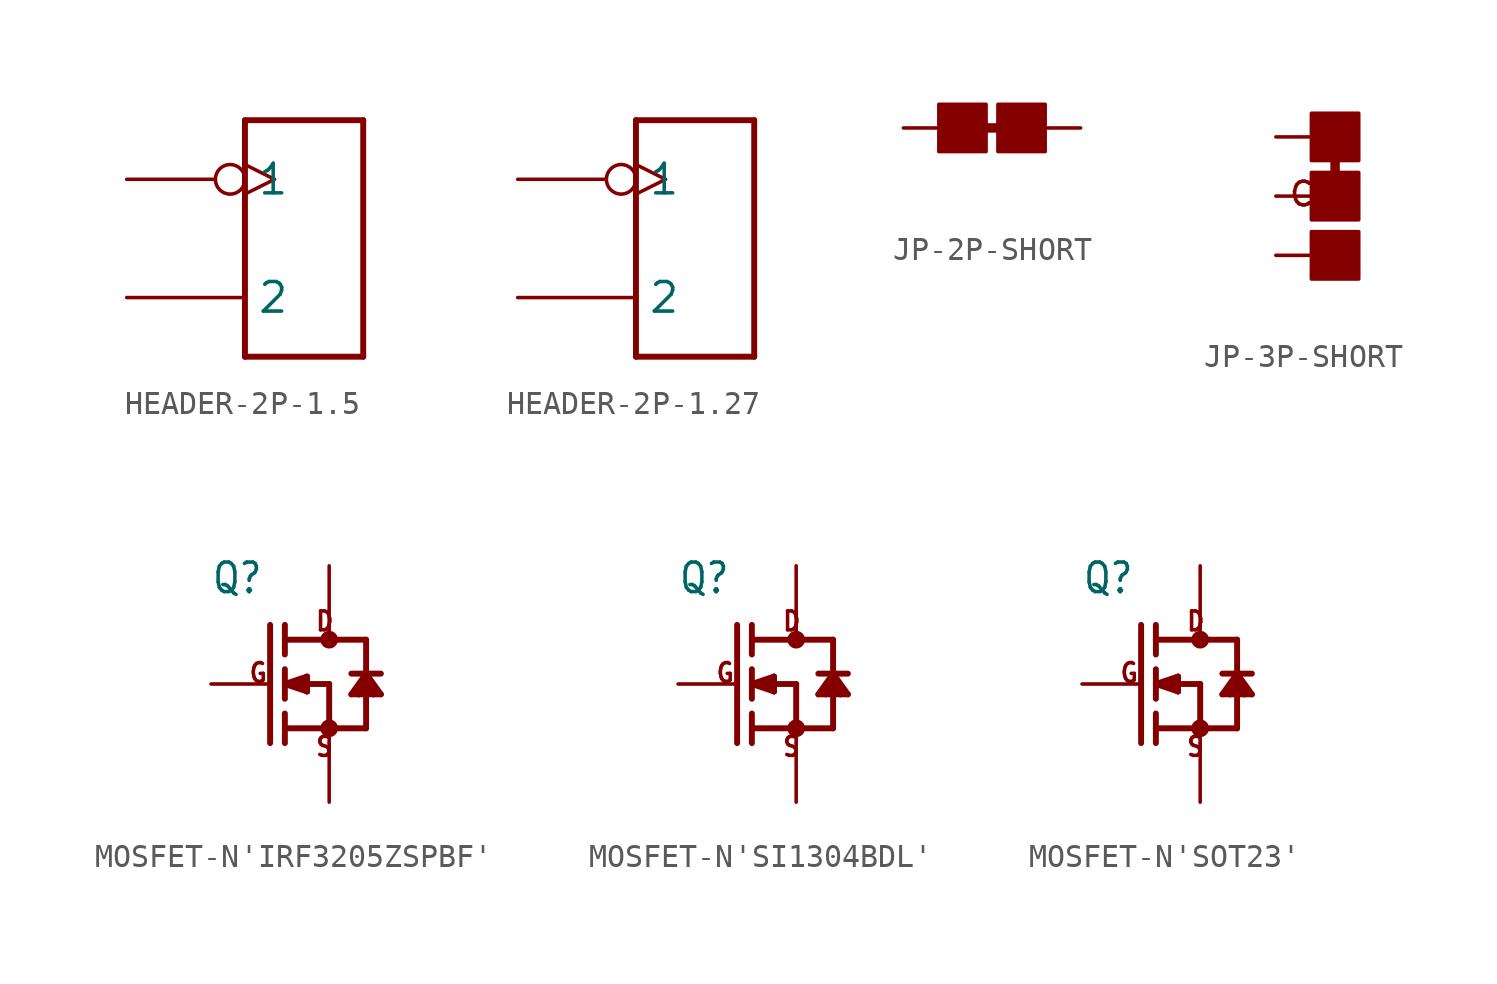
<source format=kicad_sym>
(kicad_symbol_lib
  (version 20220914)
  (generator kicad_symbol_editor)
  (symbol "HEADER-2P-1.5"
    (property "Reference" "J"
      (at -6.35 6.35 0)
      (effects (font (size 1.27 1.079)) (justify left bottom) hide))
    (property "ki_locked" ""
      (at 0 0 0)
      (effects (font (size 1.27 1.27))))
    (symbol "HEADER-2P-1.5_1_0"
      (polyline (pts (xy -2.54 -5.08) (xy -2.54 5.08)) (stroke (width 0.254) (type solid)) (fill (type none)))
      (polyline (pts (xy -2.54 5.08) (xy 2.54 5.08)) (stroke (width 0.254) (type solid)) (fill (type none)))
      (polyline (pts (xy 2.54 -5.08) (xy -2.54 -5.08)) (stroke (width 0.254) (type solid)) (fill (type none)))
      (polyline (pts (xy 2.54 5.08) (xy 2.54 -5.08)) (stroke (width 0.254) (type solid)) (fill (type none)))
      (pin bidirectional inverted_clock (at -7.62 2.54 0) (length 5.08) (name "1" (effects (font (size 1.27 1.27)))) (number "1" (effects (font (size 0 0)))))
      (pin bidirectional line (at -7.62 -2.54 0) (length 5.08) (name "2" (effects (font (size 1.27 1.27)))) (number "2" (effects (font (size 0 0)))))))
  (symbol "HEADER-2P-1.27"
    (property "Reference" "J"
      (at -6.35 6.35 0)
      (effects (font (size 1.27 1.079)) (justify left bottom) hide))
    (property "ki_locked" ""
      (at 0 0 0)
      (effects (font (size 1.27 1.27))))
    (symbol "HEADER-2P-1.27_1_0"
      (polyline (pts (xy -2.54 -5.08) (xy -2.54 5.08)) (stroke (width 0.254) (type solid)) (fill (type none)))
      (polyline (pts (xy -2.54 5.08) (xy 2.54 5.08)) (stroke (width 0.254) (type solid)) (fill (type none)))
      (polyline (pts (xy 2.54 -5.08) (xy -2.54 -5.08)) (stroke (width 0.254) (type solid)) (fill (type none)))
      (polyline (pts (xy 2.54 5.08) (xy 2.54 -5.08)) (stroke (width 0.254) (type solid)) (fill (type none)))
      (pin bidirectional inverted_clock (at -7.62 2.54 0) (length 5.08) (name "1" (effects (font (size 1.27 1.27)))) (number "1" (effects (font (size 0 0)))))
      (pin bidirectional line (at -7.62 -2.54 0) (length 5.08) (name "2" (effects (font (size 1.27 1.27)))) (number "2" (effects (font (size 0 0)))))))
  (symbol "JP-2P-SHORT"
    (property "Reference" "JP"
      (at -2.54 2.54 0)
      (effects (font (size 1.27 1.079)) (justify left bottom) hide))
    (property "Value" ""
      (at -2.54 -3.81 0)
      (effects (font (size 1.27 1.079)) (justify left bottom)))
    (property "ki_locked" ""
      (at 0 0 0)
      (effects (font (size 1.27 1.27))))
    (symbol "JP-2P-SHORT_1_0"
      (rectangle (start -2.286 -1.016) (end -0.254 1.016) (stroke (width 0) (type default)) (fill (type outline)))
      (polyline (pts (xy -1.27 0) (xy 1.27 0)) (stroke (width 0.406) (type solid)) (fill (type none)))
      (rectangle (start 2.286 1.016) (end 0.254 -1.016) (stroke (width 0) (type default)) (fill (type outline)))
      (pin bidirectional line (at -3.81 0 0) (length 2.54) (name "1" (effects (font (size 0 0)))) (number "1" (effects (font (size 0 0)))))
      (pin bidirectional line (at 3.81 0 180) (length 2.54) (name "2" (effects (font (size 0 0)))) (number "2" (effects (font (size 0 0)))))))
  (symbol "JP-3P-SHORT"
    (property "Reference" "JP"
      (at -3.81 3.81 0)
      (effects (font (size 1.27 1.079)) (justify left bottom) hide))
    (property "Value" ""
      (at -3.81 -5.08 0)
      (effects (font (size 1.27 1.079)) (justify left bottom)))
    (property "ki_locked" ""
      (at 0 0 0)
      (effects (font (size 1.27 1.27))))
    (symbol "JP-3P-SHORT_1_0"
      (rectangle (start -1.016 -3.556) (end 1.016 -1.524) (stroke (width 0) (type default)) (fill (type outline)))
      (rectangle (start -1.016 -1.016) (end 1.016 1.016) (stroke (width 0) (type default)) (fill (type outline)))
      (rectangle (start -1.016 1.524) (end 1.016 3.556) (stroke (width 0) (type default)) (fill (type outline)))
      (polyline (pts (xy 0 0) (xy 0 2.54)) (stroke (width 0.406) (type solid)) (fill (type none)))
      (text "C" (at -2.032 -0.508 0) (effects (font (size 1.016 1.016)) (justify left bottom)))
      (pin bidirectional line (at -2.54 -2.54 0) (length 2.54) (name "R" (effects (font (size 0 0)))) (number "00" (effects (font (size 0 0)))))
      (pin bidirectional line (at -2.54 2.54 0) (length 2.54) (name "L" (effects (font (size 0 0)))) (number "11" (effects (font (size 0 0)))))
      (pin bidirectional line (at -2.54 0 0) (length 2.54) (name "C" (effects (font (size 0 0)))) (number "MM" (effects (font (size 0 0)))))))
  (symbol "MOSFET-N'IRF3205ZSPBF'"
    (property "Reference" "Q"
      (at -5.08 3.81 0)
      (effects (font (size 1.27 1.079)) (justify left bottom)))
    (property "Value" ""
      (at -5.08 -5.08 0)
      (effects (font (size 1.27 1.079)) (justify left bottom)))
    (property "ki_locked" ""
      (at 0 0 0)
      (effects (font (size 1.27 1.27))))
    (symbol "MOSFET-N'IRF3205ZSPBF'_1_0"
      (circle (center 0 -1.905) (radius 0.254) (stroke (width 0.254) (type solid)) (fill (type none)))
      (polyline (pts (xy -2.54 2.54) (xy -2.54 -2.54)) (stroke (width 0.254) (type solid)) (fill (type none)))
      (polyline (pts (xy -1.905 -2.54) (xy -1.905 -1.905)) (stroke (width 0.254) (type solid)) (fill (type none)))
      (polyline (pts (xy -1.905 -1.905) (xy -1.905 -1.27)) (stroke (width 0.254) (type solid)) (fill (type none)))
      (polyline (pts (xy -1.905 -1.905) (xy 0 -1.905)) (stroke (width 0.254) (type solid)) (fill (type none)))
      (polyline (pts (xy -1.905 0) (xy -1.905 -0.635)) (stroke (width 0.254) (type solid)) (fill (type none)))
      (polyline (pts (xy -1.905 0) (xy -0.953 -0.318)) (stroke (width 0.254) (type solid)) (fill (type none)))
      (polyline (pts (xy -1.905 0) (xy -0.953 0.318)) (stroke (width 0.254) (type solid)) (fill (type none)))
      (polyline (pts (xy -1.905 0.635) (xy -1.905 0)) (stroke (width 0.254) (type solid)) (fill (type none)))
      (polyline (pts (xy -1.905 1.905) (xy -1.905 1.27)) (stroke (width 0.254) (type solid)) (fill (type none)))
      (polyline (pts (xy -1.905 1.905) (xy 0 1.905)) (stroke (width 0.254) (type solid)) (fill (type none)))
      (polyline (pts (xy -1.905 2.54) (xy -1.905 1.905)) (stroke (width 0.254) (type solid)) (fill (type none)))
      (polyline (pts (xy -1.587 0) (xy -0.953 -0.318)) (stroke (width 0.254) (type solid)) (fill (type none)))
      (polyline (pts (xy -0.953 -0.318) (xy -1.397 0.127)) (stroke (width 0.254) (type solid)) (fill (type none)))
      (polyline (pts (xy -0.953 -0.318) (xy -0.953 0.318)) (stroke (width 0.254) (type solid)) (fill (type none)))
      (polyline (pts (xy -0.953 0.318) (xy -1.587 0)) (stroke (width 0.254) (type solid)) (fill (type none)))
      (polyline (pts (xy 0 -1.905) (xy 0 -2.54)) (stroke (width 0.152) (type solid)) (fill (type none)))
      (polyline (pts (xy 0 0) (xy -1.587 0)) (stroke (width 0.254) (type solid)) (fill (type none)))
      (polyline (pts (xy 0 0) (xy 0 -1.905)) (stroke (width 0.254) (type solid)) (fill (type none)))
      (polyline (pts (xy 0 1.905) (xy 1.587 1.905)) (stroke (width 0.254) (type solid)) (fill (type none)))
      (polyline (pts (xy 0 2.54) (xy 0 1.905)) (stroke (width 0.152) (type solid)) (fill (type none)))
      (polyline (pts (xy 0.953 -0.445) (xy 1.587 0.445)) (stroke (width 0.254) (type solid)) (fill (type none)))
      (polyline (pts (xy 1.27 -0.445) (xy 0.953 -0.445)) (stroke (width 0.254) (type solid)) (fill (type none)))
      (polyline (pts (xy 1.587 -1.905) (xy 0 -1.905)) (stroke (width 0.254) (type solid)) (fill (type none)))
      (polyline (pts (xy 1.587 -1.905) (xy 1.587 0)) (stroke (width 0.254) (type solid)) (fill (type none)))
      (polyline (pts (xy 1.587 0) (xy 1.27 -0.445)) (stroke (width 0.254) (type solid)) (fill (type none)))
      (polyline (pts (xy 1.587 0) (xy 1.27 -0.318)) (stroke (width 0.254) (type solid)) (fill (type none)))
      (polyline (pts (xy 1.587 0) (xy 1.587 0.445)) (stroke (width 0.254) (type solid)) (fill (type none)))
      (polyline (pts (xy 1.587 0.445) (xy 0.953 0.445)) (stroke (width 0.254) (type solid)) (fill (type none)))
      (polyline (pts (xy 1.587 0.445) (xy 1.587 1.905)) (stroke (width 0.254) (type solid)) (fill (type none)))
      (polyline (pts (xy 1.587 0.445) (xy 2.223 -0.445)) (stroke (width 0.254) (type solid)) (fill (type none)))
      (polyline (pts (xy 1.905 -0.445) (xy 1.27 -0.445)) (stroke (width 0.254) (type solid)) (fill (type none)))
      (polyline (pts (xy 1.905 -0.445) (xy 1.587 0)) (stroke (width 0.254) (type solid)) (fill (type none)))
      (polyline (pts (xy 1.905 -0.318) (xy 1.587 0)) (stroke (width 0.254) (type solid)) (fill (type none)))
      (polyline (pts (xy 2.223 -0.445) (xy 1.905 -0.445)) (stroke (width 0.254) (type solid)) (fill (type none)))
      (polyline (pts (xy 2.223 0.445) (xy 1.587 0.445)) (stroke (width 0.254) (type solid)) (fill (type none)))
      (circle (center 0 1.905) (radius 0.254) (stroke (width 0.254) (type solid)) (fill (type none)))
      (text "D" (at -0.635 2.223 0) (effects (font (size 0.813 0.691)) (justify left bottom)))
      (text "G" (at -3.493 0 0) (effects (font (size 0.813 0.691)) (justify left bottom)))
      (text "S" (at -0.635 -3.175 0) (effects (font (size 0.813 0.691)) (justify left bottom)))
      (pin passive line (at -5.08 0 0) (length 2.54) (name "G" (effects (font (size 0 0)))) (number "1" (effects (font (size 0 0)))))
      (pin passive line (at 0 5.08 270) (length 2.54) (name "D" (effects (font (size 0 0)))) (number "2" (effects (font (size 0 0)))))
      (pin passive line (at 0 -5.08 90) (length 2.54) (name "S" (effects (font (size 0 0)))) (number "3" (effects (font (size 0 0)))))))
  (symbol "MOSFET-N'SI1304BDL'"
    (property "Reference" "Q"
      (at -5.08 3.81 0)
      (effects (font (size 1.27 1.079)) (justify left bottom)))
    (property "Value" ""
      (at -5.08 -5.08 0)
      (effects (font (size 1.27 1.079)) (justify left bottom)))
    (property "ki_locked" ""
      (at 0 0 0)
      (effects (font (size 1.27 1.27))))
    (symbol "MOSFET-N'SI1304BDL'_1_0"
      (circle (center 0 -1.905) (radius 0.254) (stroke (width 0.254) (type solid)) (fill (type none)))
      (polyline (pts (xy -2.54 2.54) (xy -2.54 -2.54)) (stroke (width 0.254) (type solid)) (fill (type none)))
      (polyline (pts (xy -1.905 -2.54) (xy -1.905 -1.905)) (stroke (width 0.254) (type solid)) (fill (type none)))
      (polyline (pts (xy -1.905 -1.905) (xy -1.905 -1.27)) (stroke (width 0.254) (type solid)) (fill (type none)))
      (polyline (pts (xy -1.905 -1.905) (xy 0 -1.905)) (stroke (width 0.254) (type solid)) (fill (type none)))
      (polyline (pts (xy -1.905 0) (xy -1.905 -0.635)) (stroke (width 0.254) (type solid)) (fill (type none)))
      (polyline (pts (xy -1.905 0) (xy -0.953 -0.318)) (stroke (width 0.254) (type solid)) (fill (type none)))
      (polyline (pts (xy -1.905 0) (xy -0.953 0.318)) (stroke (width 0.254) (type solid)) (fill (type none)))
      (polyline (pts (xy -1.905 0.635) (xy -1.905 0)) (stroke (width 0.254) (type solid)) (fill (type none)))
      (polyline (pts (xy -1.905 1.905) (xy -1.905 1.27)) (stroke (width 0.254) (type solid)) (fill (type none)))
      (polyline (pts (xy -1.905 1.905) (xy 0 1.905)) (stroke (width 0.254) (type solid)) (fill (type none)))
      (polyline (pts (xy -1.905 2.54) (xy -1.905 1.905)) (stroke (width 0.254) (type solid)) (fill (type none)))
      (polyline (pts (xy -1.587 0) (xy -0.953 -0.318)) (stroke (width 0.254) (type solid)) (fill (type none)))
      (polyline (pts (xy -0.953 -0.318) (xy -1.397 0.127)) (stroke (width 0.254) (type solid)) (fill (type none)))
      (polyline (pts (xy -0.953 -0.318) (xy -0.953 0.318)) (stroke (width 0.254) (type solid)) (fill (type none)))
      (polyline (pts (xy -0.953 0.318) (xy -1.587 0)) (stroke (width 0.254) (type solid)) (fill (type none)))
      (polyline (pts (xy 0 -1.905) (xy 0 -2.54)) (stroke (width 0.152) (type solid)) (fill (type none)))
      (polyline (pts (xy 0 0) (xy -1.587 0)) (stroke (width 0.254) (type solid)) (fill (type none)))
      (polyline (pts (xy 0 0) (xy 0 -1.905)) (stroke (width 0.254) (type solid)) (fill (type none)))
      (polyline (pts (xy 0 1.905) (xy 1.587 1.905)) (stroke (width 0.254) (type solid)) (fill (type none)))
      (polyline (pts (xy 0 2.54) (xy 0 1.905)) (stroke (width 0.152) (type solid)) (fill (type none)))
      (polyline (pts (xy 0.953 -0.445) (xy 1.587 0.445)) (stroke (width 0.254) (type solid)) (fill (type none)))
      (polyline (pts (xy 1.27 -0.445) (xy 0.953 -0.445)) (stroke (width 0.254) (type solid)) (fill (type none)))
      (polyline (pts (xy 1.587 -1.905) (xy 0 -1.905)) (stroke (width 0.254) (type solid)) (fill (type none)))
      (polyline (pts (xy 1.587 -1.905) (xy 1.587 0)) (stroke (width 0.254) (type solid)) (fill (type none)))
      (polyline (pts (xy 1.587 0) (xy 1.27 -0.445)) (stroke (width 0.254) (type solid)) (fill (type none)))
      (polyline (pts (xy 1.587 0) (xy 1.27 -0.318)) (stroke (width 0.254) (type solid)) (fill (type none)))
      (polyline (pts (xy 1.587 0) (xy 1.587 0.445)) (stroke (width 0.254) (type solid)) (fill (type none)))
      (polyline (pts (xy 1.587 0.445) (xy 0.953 0.445)) (stroke (width 0.254) (type solid)) (fill (type none)))
      (polyline (pts (xy 1.587 0.445) (xy 1.587 1.905)) (stroke (width 0.254) (type solid)) (fill (type none)))
      (polyline (pts (xy 1.587 0.445) (xy 2.223 -0.445)) (stroke (width 0.254) (type solid)) (fill (type none)))
      (polyline (pts (xy 1.905 -0.445) (xy 1.27 -0.445)) (stroke (width 0.254) (type solid)) (fill (type none)))
      (polyline (pts (xy 1.905 -0.445) (xy 1.587 0)) (stroke (width 0.254) (type solid)) (fill (type none)))
      (polyline (pts (xy 1.905 -0.318) (xy 1.587 0)) (stroke (width 0.254) (type solid)) (fill (type none)))
      (polyline (pts (xy 2.223 -0.445) (xy 1.905 -0.445)) (stroke (width 0.254) (type solid)) (fill (type none)))
      (polyline (pts (xy 2.223 0.445) (xy 1.587 0.445)) (stroke (width 0.254) (type solid)) (fill (type none)))
      (circle (center 0 1.905) (radius 0.254) (stroke (width 0.254) (type solid)) (fill (type none)))
      (text "D" (at -0.635 2.223 0) (effects (font (size 0.813 0.691)) (justify left bottom)))
      (text "G" (at -3.493 0 0) (effects (font (size 0.813 0.691)) (justify left bottom)))
      (text "S" (at -0.635 -3.175 0) (effects (font (size 0.813 0.691)) (justify left bottom)))
      (pin passive line (at -5.08 0 0) (length 2.54) (name "G" (effects (font (size 0 0)))) (number "1" (effects (font (size 0 0)))))
      (pin passive line (at 0 -5.08 90) (length 2.54) (name "S" (effects (font (size 0 0)))) (number "2" (effects (font (size 0 0)))))
      (pin passive line (at 0 5.08 270) (length 2.54) (name "D" (effects (font (size 0 0)))) (number "3" (effects (font (size 0 0)))))))
  (symbol "MOSFET-N'SOT23'"
    (property "Reference" "Q"
      (at -5.08 3.81 0)
      (effects (font (size 1.27 1.079)) (justify left bottom)))
    (property "Value" ""
      (at -5.08 -5.08 0)
      (effects (font (size 1.27 1.079)) (justify left bottom)))
    (property "ki_locked" ""
      (at 0 0 0)
      (effects (font (size 1.27 1.27))))
    (symbol "MOSFET-N'SOT23'_1_0"
      (circle (center 0 -1.905) (radius 0.254) (stroke (width 0.254) (type solid)) (fill (type none)))
      (polyline (pts (xy -2.54 2.54) (xy -2.54 -2.54)) (stroke (width 0.254) (type solid)) (fill (type none)))
      (polyline (pts (xy -1.905 -2.54) (xy -1.905 -1.905)) (stroke (width 0.254) (type solid)) (fill (type none)))
      (polyline (pts (xy -1.905 -1.905) (xy -1.905 -1.27)) (stroke (width 0.254) (type solid)) (fill (type none)))
      (polyline (pts (xy -1.905 -1.905) (xy 0 -1.905)) (stroke (width 0.254) (type solid)) (fill (type none)))
      (polyline (pts (xy -1.905 0) (xy -1.905 -0.635)) (stroke (width 0.254) (type solid)) (fill (type none)))
      (polyline (pts (xy -1.905 0) (xy -0.953 -0.318)) (stroke (width 0.254) (type solid)) (fill (type none)))
      (polyline (pts (xy -1.905 0) (xy -0.953 0.318)) (stroke (width 0.254) (type solid)) (fill (type none)))
      (polyline (pts (xy -1.905 0.635) (xy -1.905 0)) (stroke (width 0.254) (type solid)) (fill (type none)))
      (polyline (pts (xy -1.905 1.905) (xy -1.905 1.27)) (stroke (width 0.254) (type solid)) (fill (type none)))
      (polyline (pts (xy -1.905 1.905) (xy 0 1.905)) (stroke (width 0.254) (type solid)) (fill (type none)))
      (polyline (pts (xy -1.905 2.54) (xy -1.905 1.905)) (stroke (width 0.254) (type solid)) (fill (type none)))
      (polyline (pts (xy -1.587 0) (xy -0.953 -0.318)) (stroke (width 0.254) (type solid)) (fill (type none)))
      (polyline (pts (xy -0.953 -0.318) (xy -1.397 0.127)) (stroke (width 0.254) (type solid)) (fill (type none)))
      (polyline (pts (xy -0.953 -0.318) (xy -0.953 0.318)) (stroke (width 0.254) (type solid)) (fill (type none)))
      (polyline (pts (xy -0.953 0.318) (xy -1.587 0)) (stroke (width 0.254) (type solid)) (fill (type none)))
      (polyline (pts (xy 0 -1.905) (xy 0 -2.54)) (stroke (width 0.152) (type solid)) (fill (type none)))
      (polyline (pts (xy 0 0) (xy -1.587 0)) (stroke (width 0.254) (type solid)) (fill (type none)))
      (polyline (pts (xy 0 0) (xy 0 -1.905)) (stroke (width 0.254) (type solid)) (fill (type none)))
      (polyline (pts (xy 0 1.905) (xy 1.587 1.905)) (stroke (width 0.254) (type solid)) (fill (type none)))
      (polyline (pts (xy 0 2.54) (xy 0 1.905)) (stroke (width 0.152) (type solid)) (fill (type none)))
      (polyline (pts (xy 0.953 -0.445) (xy 1.587 0.445)) (stroke (width 0.254) (type solid)) (fill (type none)))
      (polyline (pts (xy 1.27 -0.445) (xy 0.953 -0.445)) (stroke (width 0.254) (type solid)) (fill (type none)))
      (polyline (pts (xy 1.587 -1.905) (xy 0 -1.905)) (stroke (width 0.254) (type solid)) (fill (type none)))
      (polyline (pts (xy 1.587 -1.905) (xy 1.587 0)) (stroke (width 0.254) (type solid)) (fill (type none)))
      (polyline (pts (xy 1.587 0) (xy 1.27 -0.445)) (stroke (width 0.254) (type solid)) (fill (type none)))
      (polyline (pts (xy 1.587 0) (xy 1.27 -0.318)) (stroke (width 0.254) (type solid)) (fill (type none)))
      (polyline (pts (xy 1.587 0) (xy 1.587 0.445)) (stroke (width 0.254) (type solid)) (fill (type none)))
      (polyline (pts (xy 1.587 0.445) (xy 0.953 0.445)) (stroke (width 0.254) (type solid)) (fill (type none)))
      (polyline (pts (xy 1.587 0.445) (xy 1.587 1.905)) (stroke (width 0.254) (type solid)) (fill (type none)))
      (polyline (pts (xy 1.587 0.445) (xy 2.223 -0.445)) (stroke (width 0.254) (type solid)) (fill (type none)))
      (polyline (pts (xy 1.905 -0.445) (xy 1.27 -0.445)) (stroke (width 0.254) (type solid)) (fill (type none)))
      (polyline (pts (xy 1.905 -0.445) (xy 1.587 0)) (stroke (width 0.254) (type solid)) (fill (type none)))
      (polyline (pts (xy 1.905 -0.318) (xy 1.587 0)) (stroke (width 0.254) (type solid)) (fill (type none)))
      (polyline (pts (xy 2.223 -0.445) (xy 1.905 -0.445)) (stroke (width 0.254) (type solid)) (fill (type none)))
      (polyline (pts (xy 2.223 0.445) (xy 1.587 0.445)) (stroke (width 0.254) (type solid)) (fill (type none)))
      (circle (center 0 1.905) (radius 0.254) (stroke (width 0.254) (type solid)) (fill (type none)))
      (text "D" (at -0.635 2.223 0) (effects (font (size 0.813 0.691)) (justify left bottom)))
      (text "G" (at -3.493 0 0) (effects (font (size 0.813 0.691)) (justify left bottom)))
      (text "S" (at -0.635 -3.175 0) (effects (font (size 0.813 0.691)) (justify left bottom)))
      (pin passive line (at -5.08 0 0) (length 2.54) (name "G" (effects (font (size 0 0)))) (number "1" (effects (font (size 0 0)))))
      (pin passive line (at 0 -5.08 90) (length 2.54) (name "S" (effects (font (size 0 0)))) (number "2" (effects (font (size 0 0)))))
      (pin passive line (at 0 5.08 270) (length 2.54) (name "D" (effects (font (size 0 0)))) (number "3" (effects (font (size 0 0))))))))
</source>
